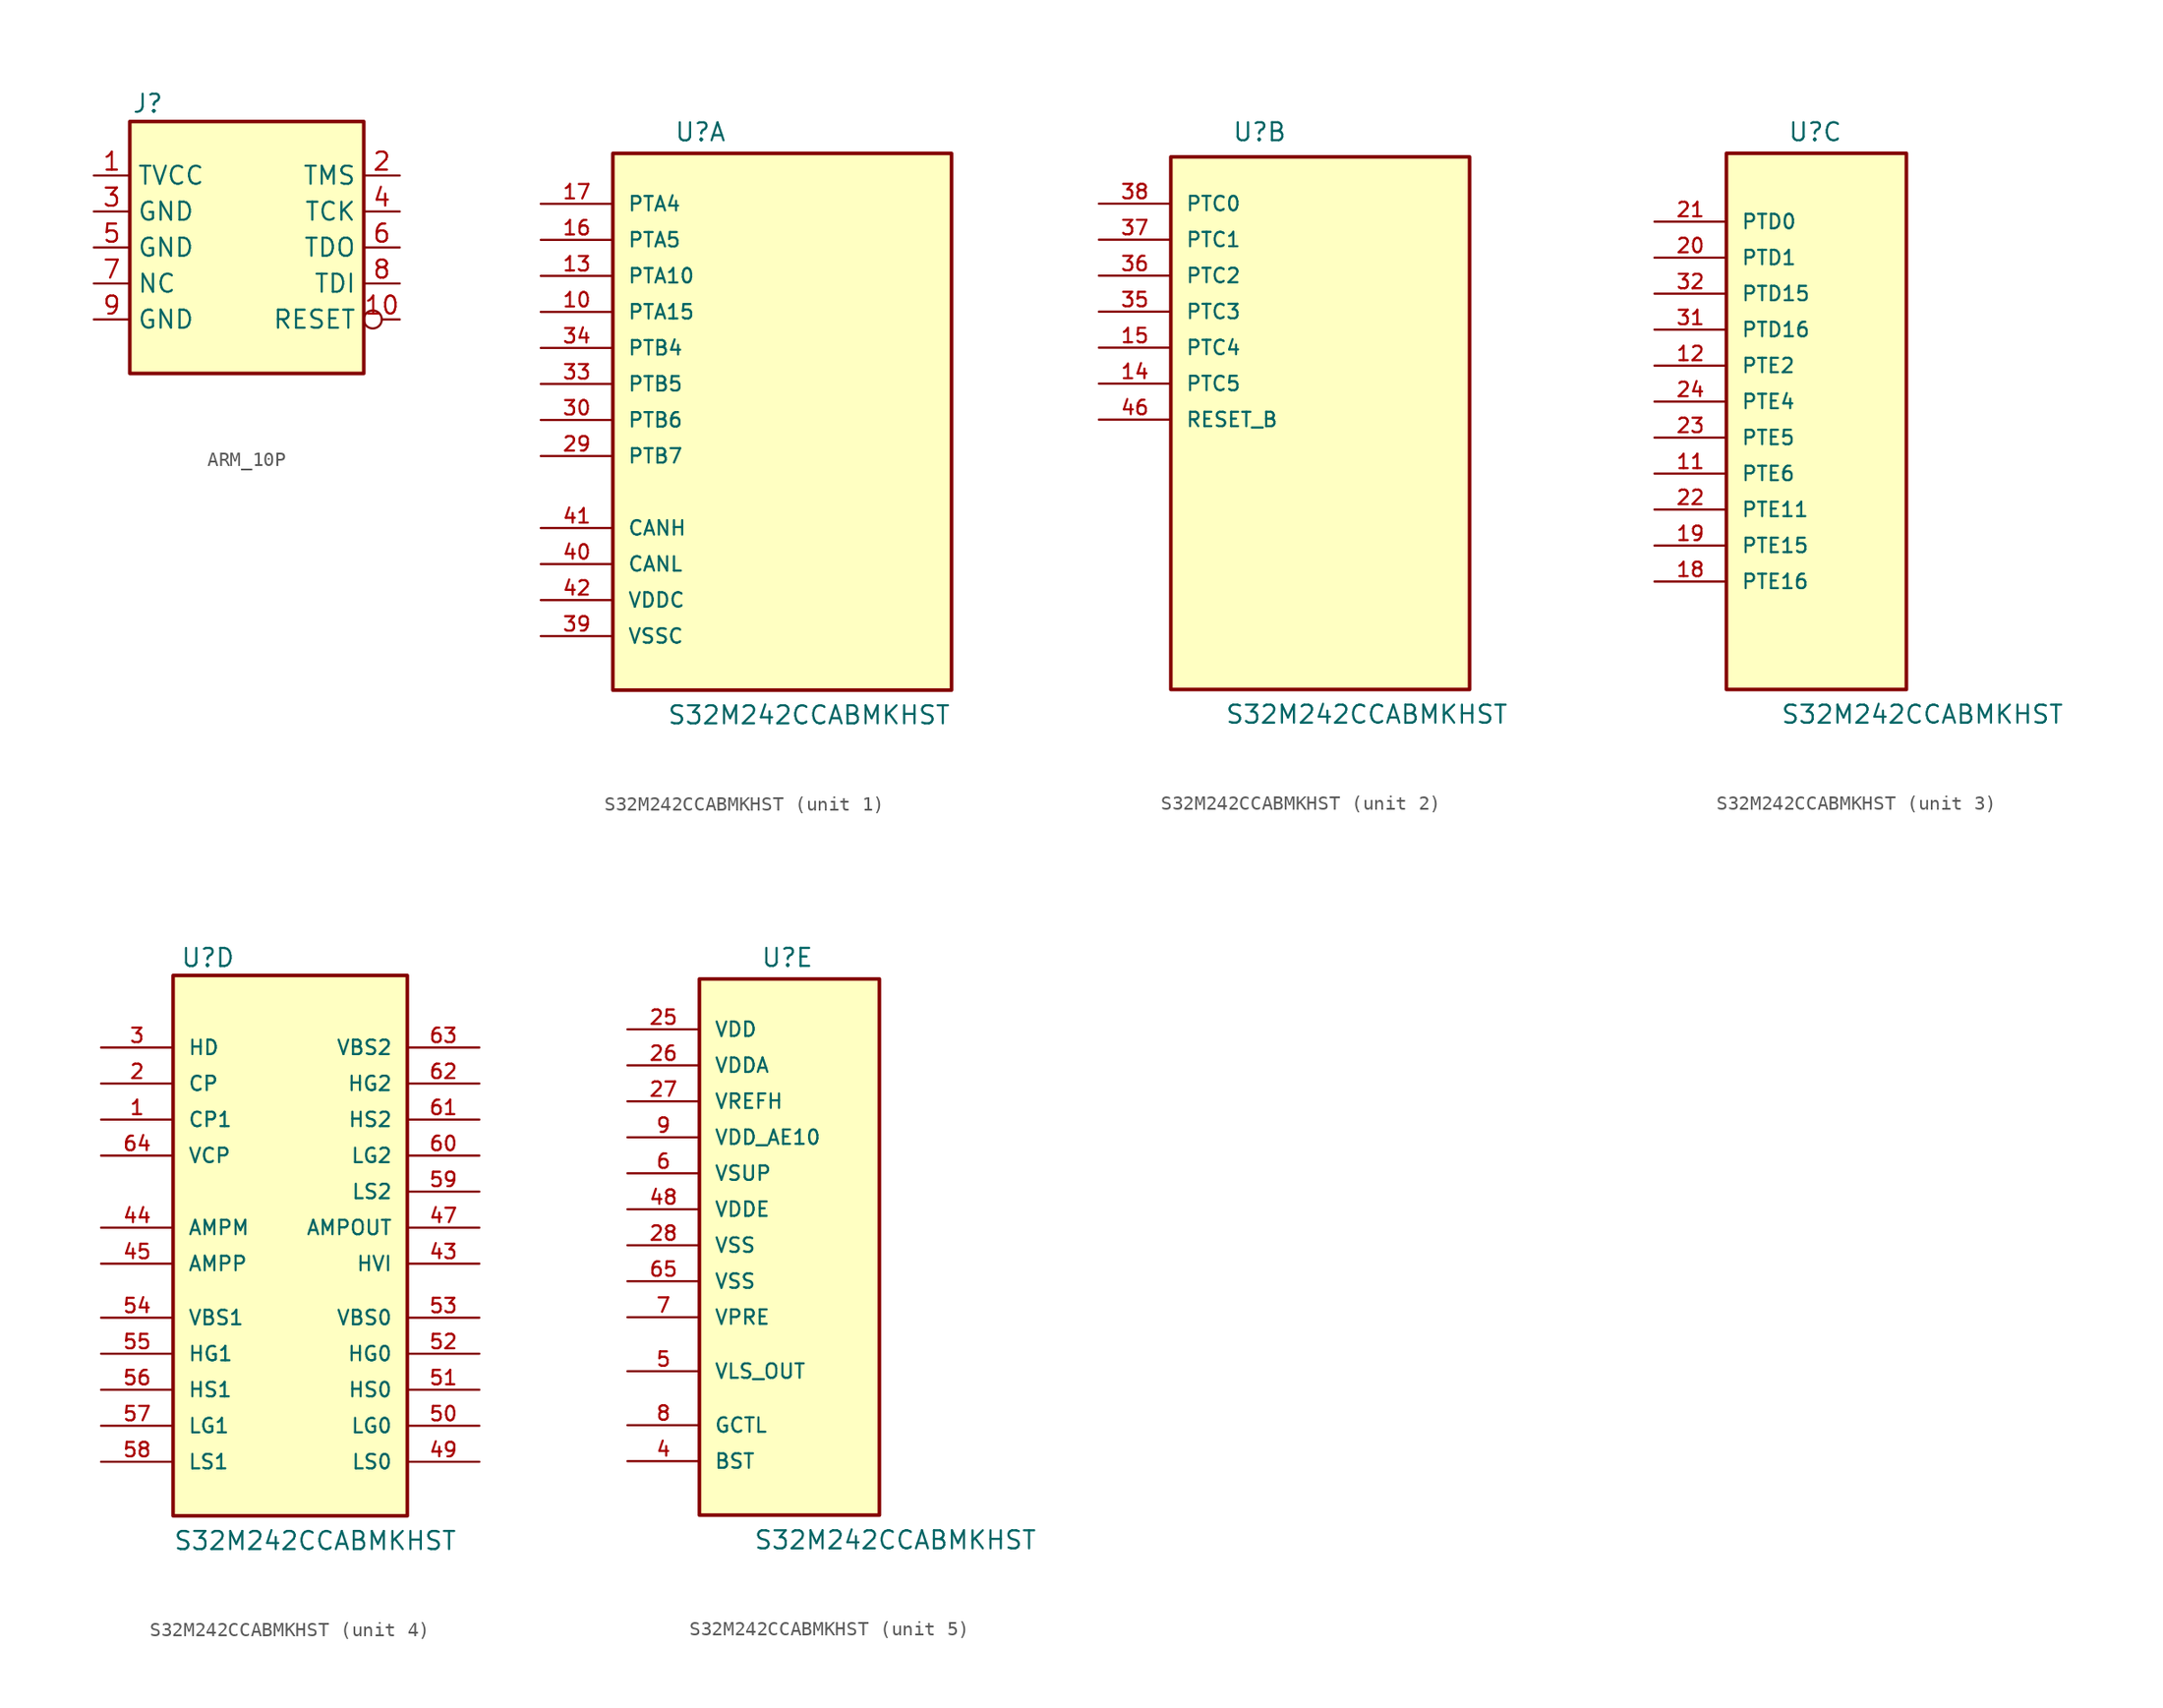
<source format=kicad_sym>
(kicad_symbol_lib
  (version 20231120)
  (generator "kicad_symbol_editor")
  (generator_version "8.0")
  (symbol "ARM_10P"
    (property "Reference" "J"
      (at 1.27 19.05 0)
      (effects (font (size 1.27 1.27))))
    (property "Value" ""
      (at 10.16 -2.54 0)
      (effects (font (size 1.27 1.27))))
    (symbol "ARM_10P_1_0"
      (rectangle (start 0 17.78) (end 16.51 0) (stroke (width 0.254) (type default)) (fill (type background))))
    (symbol "ARM_10P_1_1"
      (pin power_in line (at -2.54 13.97 0) (length 2.54) (name "TVCC" (effects (font (size 1.27 1.27)))) (number "1" (effects (font (size 1.27 1.27)))))
      (pin output inverted (at 19.05 3.81 180) (length 2.54) (name "RESET" (effects (font (size 1.27 1.27)))) (number "10" (effects (font (size 1.27 1.27)))))
      (pin bidirectional line (at 19.05 13.97 180) (length 2.54) (name "TMS" (effects (font (size 1.27 1.27)))) (number "2" (effects (font (size 1.27 1.27)))) (alternate "SWDIO" bidirectional line))
      (pin power_in line (at -2.54 11.43 0) (length 2.54) (name "GND" (effects (font (size 1.27 1.27)))) (number "3" (effects (font (size 1.27 1.27)))))
      (pin output line (at 19.05 11.43 180) (length 2.54) (name "TCK" (effects (font (size 1.27 1.27)))) (number "4" (effects (font (size 1.27 1.27)))) (alternate "SWCLK" output line))
      (pin power_in line (at -2.54 8.89 0) (length 2.54) (name "GND" (effects (font (size 1.27 1.27)))) (number "5" (effects (font (size 1.27 1.27)))))
      (pin input line (at 19.05 8.89 180) (length 2.54) (name "TDO" (effects (font (size 1.27 1.27)))) (number "6" (effects (font (size 1.27 1.27)))) (alternate "SWO" output line))
      (pin passive line (at -2.54 6.35 0) (length 2.54) (name "NC" (effects (font (size 1.27 1.27)))) (number "7" (effects (font (size 1.27 1.27)))) (alternate "DBG" bidirectional line))
      (pin output line (at 19.05 6.35 180) (length 2.54) (name "TDI" (effects (font (size 1.27 1.27)))) (number "8" (effects (font (size 1.27 1.27)))))
      (pin power_in line (at -2.54 3.81 0) (length 2.54) (name "GND" (effects (font (size 1.27 1.27)))) (number "9" (effects (font (size 1.27 1.27)))))))
  (symbol "S32M242CCABMKHST"
    (pin_names
      (offset 1.016))
    (property "Reference" "U"
      (at -8.382 38.608 0)
      (effects (font (size 1.27 1.27)) (justify left bottom)))
    (property "Value" "S32M242CCABMKHST"
      (at -8.89 -1.016 0)
      (effects (font (size 1.27 1.27)) (justify left top)))
    (property "ki_locked" ""
      (at 0 0 0)
      (effects (font (size 1.27 1.27))))
    (symbol "S32M242CCABMKHST_1_0"
      (rectangle (start -12.7 37.846) (end 11.176 0) (stroke (width 0.254) (type default)) (fill (type background)))
      (pin bidirectional line (at -17.78 26.67 0) (length 5.08) (name "PTA15" (effects (font (size 1.016 1.016)))) (number "10" (effects (font (size 1.016 1.016)))) (alternate "ADC1_SE12" input line) (alternate "FTM1_CH2" bidirectional line) (alternate "LPSPI0_PCS3" bidirectional line))
      (pin bidirectional line (at -17.78 29.21 0) (length 5.08) (name "PTA10" (effects (font (size 1.016 1.016)))) (number "13" (effects (font (size 1.016 1.016)))) (alternate "FTM1_CH4" bidirectional line) (alternate "FXIO_D0" bidirectional line) (alternate "JTAG_TDO/TRACE_SWO" output line))
      (pin bidirectional line (at -17.78 31.75 0) (length 5.08) (name "PTA5" (effects (font (size 1.016 1.016)))) (number "16" (effects (font (size 1.016 1.016)))) (alternate "RESET_b" bidirectional line) (alternate "TCLK1" input line))
      (pin bidirectional line (at -17.78 34.29 0) (length 5.08) (name "PTA4" (effects (font (size 1.016 1.016)))) (number "17" (effects (font (size 1.016 1.016)))) (alternate "CMP0_OUT" output line) (alternate "EWM_OUT_b" output line) (alternate "JTAG_TMS/SWD_DIO" bidirectional line))
      (pin bidirectional line (at -17.78 16.51 0) (length 5.08) (name "PTB7" (effects (font (size 1.016 1.016)))) (number "29" (effects (font (size 1.016 1.016)))) (alternate "EXTAL" input line) (alternate "LPI2C0_SCL" bidirectional line))
      (pin bidirectional line (at -17.78 19.05 0) (length 5.08) (name "PTB6" (effects (font (size 1.016 1.016)))) (number "30" (effects (font (size 1.016 1.016)))) (alternate "LPI2C0_SDA" bidirectional line) (alternate "XTAL" output line))
      (pin bidirectional line (at -17.78 21.59 0) (length 5.08) (name "PTB5" (effects (font (size 1.016 1.016)))) (number "33" (effects (font (size 1.016 1.016)))) (alternate "CLKOUT" output line) (alternate "FTM0_CH5" bidirectional line) (alternate "LPSPI0_PCS0" bidirectional line) (alternate "LPSPI0_PCS1" bidirectional line) (alternate "TRGMUX_IN0" input line))
      (pin bidirectional line (at -17.78 24.13 0) (length 5.08) (name "PTB4" (effects (font (size 1.016 1.016)))) (number "34" (effects (font (size 1.016 1.016)))) (alternate "FTM0_CH4" bidirectional line) (alternate "LPSPI0_SOUT" bidirectional line) (alternate "TRGMUX_IN1" input line)))
    (symbol "S32M242CCABMKHST_1_1"
      (pin power_in line (at -17.78 3.81 0) (length 5.08) (name "VSSC" (effects (font (size 1.016 1.016)))) (number "39" (effects (font (size 1.016 1.016)))))
      (pin output line (at -17.78 8.89 0) (length 5.08) (name "CANL" (effects (font (size 1.016 1.016)))) (number "40" (effects (font (size 1.016 1.016)))))
      (pin output line (at -17.78 11.43 0) (length 5.08) (name "CANH" (effects (font (size 1.016 1.016)))) (number "41" (effects (font (size 1.016 1.016)))))
      (pin power_in line (at -17.78 6.35 0) (length 5.08) (name "VDDC" (effects (font (size 1.016 1.016)))) (number "42" (effects (font (size 1.016 1.016))))))
    (symbol "S32M242CCABMKHST_2_0"
      (rectangle (start -12.7 37.592) (end 8.382 0) (stroke (width 0.254) (type default)) (fill (type background)))
      (pin bidirectional line (at -17.78 21.59 0) (length 5.08) (name "PTC5" (effects (font (size 1.016 1.016)))) (number "14" (effects (font (size 1.016 1.016)))) (alternate "FTM2_CH0" bidirectional line) (alternate "FTM2_QD_PHB" input line) (alternate "JTAG_TDI" input line) (alternate "RTC_CLKOUT" output line))
      (pin bidirectional line (at -17.78 24.13 0) (length 5.08) (name "PTC4" (effects (font (size 1.016 1.016)))) (number "15" (effects (font (size 1.016 1.016)))) (alternate "CMP0_IN2" input line) (alternate "EWM_IN" input line) (alternate "FTM1_CH0" bidirectional line) (alternate "FTM1_QD_PHB" input line) (alternate "JTAG_TCLK/SWD_CLK" input line) (alternate "RTC_CLKOUT" output line))
      (pin bidirectional line (at -17.78 26.67 0) (length 5.08) (name "PTC3" (effects (font (size 1.016 1.016)))) (number "35" (effects (font (size 1.016 1.016)))) (alternate "ADC0_SE11" input line) (alternate "CAN0_TX" output line) (alternate "CMP0_IN4" input line) (alternate "FTM0_CH3" bidirectional line) (alternate "LPUART0_TX" output line))
      (pin bidirectional line (at -17.78 29.21 0) (length 5.08) (name "PTC2" (effects (font (size 1.016 1.016)))) (number "36" (effects (font (size 1.016 1.016)))) (alternate "ADC0_SE10" input line) (alternate "CAN0_RX" input line) (alternate "CMP0_IN5" input line) (alternate "FTM0_CH2" bidirectional line) (alternate "LPUART0_RX" input line))
      (pin bidirectional line (at -17.78 31.75 0) (length 5.08) (name "PTC1" (effects (font (size 1.016 1.016)))) (number "37" (effects (font (size 1.016 1.016)))) (alternate "ADC0_SE9" input line) (alternate "FTM0_CH1" bidirectional line) (alternate "FTM1_CH7" bidirectional line))
      (pin bidirectional line (at -17.78 34.29 0) (length 5.08) (name "PTC0" (effects (font (size 1.016 1.016)))) (number "38" (effects (font (size 1.016 1.016)))) (alternate "ADC0_SE8" input line) (alternate "FTM0_CH0" bidirectional line) (alternate "FTM1_CH6" bidirectional line))
      (pin bidirectional line (at -17.78 19.05 0) (length 5.08) (name "RESET_B" (effects (font (size 1.016 1.016)))) (number "46" (effects (font (size 1.016 1.016))))))
    (symbol "S32M242CCABMKHST_3_0"
      (rectangle (start -12.7 37.846) (end 0 0) (stroke (width 0.254) (type default)) (fill (type background)))
      (pin bidirectional line (at -17.78 15.24 0) (length 5.08) (name "PTE6" (effects (font (size 1.016 1.016)))) (number "11" (effects (font (size 1.016 1.016)))) (alternate "ADC1_SE11" input line) (alternate "FTM3_CH7" bidirectional line) (alternate "LPSPI0_PCS2" bidirectional line) (alternate "LPUART1_RTS" output line))
      (pin bidirectional line (at -17.78 22.86 0) (length 5.08) (name "PTE2" (effects (font (size 1.016 1.016)))) (number "12" (effects (font (size 1.016 1.016)))) (alternate "ADC1_SE10" input line) (alternate "FTM3_CH6" bidirectional line) (alternate "LPSPI0_SOUT" bidirectional line) (alternate "LPTMR0_ALT3" input line) (alternate "LPUART1_CTS" input line))
      (pin bidirectional line (at -17.78 7.62 0) (length 5.08) (name "PTE16" (effects (font (size 1.016 1.016)))) (number "18" (effects (font (size 1.016 1.016)))) (alternate "FTM2_CH7" bidirectional line) (alternate "FXIO_D3" bidirectional line) (alternate "LPUART1_RTS" output line) (alternate "TRGMUX_OUT7" output line))
      (pin bidirectional line (at -17.78 10.16 0) (length 5.08) (name "PTE15" (effects (font (size 1.016 1.016)))) (number "19" (effects (font (size 1.016 1.016)))) (alternate "FTM2_CH6" bidirectional line) (alternate "FXIO_D2" bidirectional line) (alternate "LPUART1_CTS" input line) (alternate "TRGMUX_OUT6" output line))
      (pin bidirectional line (at -17.78 30.48 0) (length 5.08) (name "PTD1" (effects (font (size 1.016 1.016)))) (number "20" (effects (font (size 1.016 1.016)))) (alternate "FTM0_CH3" bidirectional line) (alternate "FTM2_CH1" bidirectional line) (alternate "FXIO_D1" bidirectional line) (alternate "LPSPI1_SIN" bidirectional line) (alternate "TRGMUX_OUT2" output line))
      (pin bidirectional line (at -17.78 33.02 0) (length 5.08) (name "PTD0" (effects (font (size 1.016 1.016)))) (number "21" (effects (font (size 1.016 1.016)))) (alternate "FTM0_CH2" bidirectional line) (alternate "FTM2_CH0" bidirectional line) (alternate "FXIO_D0" bidirectional line) (alternate "LPSPI1_SCK" bidirectional line) (alternate "TRGMUX_OUT1" output line))
      (pin bidirectional line (at -17.78 12.7 0) (length 5.08) (name "PTE11" (effects (font (size 1.016 1.016)))) (number "22" (effects (font (size 1.016 1.016)))) (alternate "FTM2_CH5" bidirectional line) (alternate "FXIO_D5" bidirectional line) (alternate "LPTMR0_ALT1" input line) (alternate "TRGMUX_OUT5" output line))
      (pin bidirectional line (at -17.78 17.78 0) (length 5.08) (name "PTE5" (effects (font (size 1.016 1.016)))) (number "23" (effects (font (size 1.016 1.016)))) (alternate "CAN0_TX" output line) (alternate "EWM_IN" input line) (alternate "FTM2_CH3" bidirectional line) (alternate "FTM2_QD_PHA" input line) (alternate "FXIO_D7" bidirectional line) (alternate "TCLK2" input line))
      (pin bidirectional line (at -17.78 20.32 0) (length 5.08) (name "PTE4" (effects (font (size 1.016 1.016)))) (number "24" (effects (font (size 1.016 1.016)))) (alternate "CAN0_RX" input line) (alternate "EWM_OUT_b" output line) (alternate "FTM2_CH2" bidirectional line) (alternate "FTM2_QD_PHB" input line) (alternate "FXIO_D6" bidirectional line))
      (pin bidirectional line (at -17.78 25.4 0) (length 5.08) (name "PTD16" (effects (font (size 1.016 1.016)))) (number "31" (effects (font (size 1.016 1.016)))) (alternate "CMP0_RRT" output line) (alternate "FTM0_CH1" bidirectional line) (alternate "LPSPI0_SIN" bidirectional line))
      (pin bidirectional line (at -17.78 27.94 0) (length 5.08) (name "PTD15" (effects (font (size 1.016 1.016)))) (number "32" (effects (font (size 1.016 1.016)))) (alternate "FTM0_CH0" bidirectional line) (alternate "LPSPI0_SCK" bidirectional line)))
    (symbol "S32M242CCABMKHST_4_0"
      (rectangle (start -8.89 38.1) (end 7.62 0) (stroke (width 0.254) (type default)) (fill (type background)))
      (pin bidirectional line (at -13.97 27.94 0) (length 5.08) (name "CP1" (effects (font (size 1.016 1.016)))) (number "1" (effects (font (size 1.016 1.016)))))
      (pin bidirectional line (at -13.97 30.48 0) (length 5.08) (name "CP" (effects (font (size 1.016 1.016)))) (number "2" (effects (font (size 1.016 1.016)))))
      (pin bidirectional line (at -13.97 33.02 0) (length 5.08) (name "HD" (effects (font (size 1.016 1.016)))) (number "3" (effects (font (size 1.016 1.016)))))
      (pin bidirectional line (at -13.97 20.32 0) (length 5.08) (name "AMPM" (effects (font (size 1.016 1.016)))) (number "44" (effects (font (size 1.016 1.016)))))
      (pin bidirectional line (at -13.97 17.78 0) (length 5.08) (name "AMPP" (effects (font (size 1.016 1.016)))) (number "45" (effects (font (size 1.016 1.016)))))
      (pin bidirectional line (at 12.7 20.32 180) (length 5.08) (name "AMPOUT" (effects (font (size 1.016 1.016)))) (number "47" (effects (font (size 1.016 1.016)))))
      (pin bidirectional line (at 12.7 3.81 180) (length 5.08) (name "LS0" (effects (font (size 1.016 1.016)))) (number "49" (effects (font (size 1.016 1.016)))))
      (pin bidirectional line (at 12.7 6.35 180) (length 5.08) (name "LG0" (effects (font (size 1.016 1.016)))) (number "50" (effects (font (size 1.016 1.016)))))
      (pin bidirectional line (at 12.7 8.89 180) (length 5.08) (name "HS0" (effects (font (size 1.016 1.016)))) (number "51" (effects (font (size 1.016 1.016)))))
      (pin bidirectional line (at 12.7 11.43 180) (length 5.08) (name "HG0" (effects (font (size 1.016 1.016)))) (number "52" (effects (font (size 1.016 1.016)))))
      (pin bidirectional line (at 12.7 13.97 180) (length 5.08) (name "VBS0" (effects (font (size 1.016 1.016)))) (number "53" (effects (font (size 1.016 1.016)))))
      (pin bidirectional line (at -13.97 13.97 0) (length 5.08) (name "VBS1" (effects (font (size 1.016 1.016)))) (number "54" (effects (font (size 1.016 1.016)))))
      (pin bidirectional line (at -13.97 11.43 0) (length 5.08) (name "HG1" (effects (font (size 1.016 1.016)))) (number "55" (effects (font (size 1.016 1.016)))))
      (pin bidirectional line (at -13.97 8.89 0) (length 5.08) (name "HS1" (effects (font (size 1.016 1.016)))) (number "56" (effects (font (size 1.016 1.016)))))
      (pin bidirectional line (at -13.97 6.35 0) (length 5.08) (name "LG1" (effects (font (size 1.016 1.016)))) (number "57" (effects (font (size 1.016 1.016)))))
      (pin bidirectional line (at -13.97 3.81 0) (length 5.08) (name "LS1" (effects (font (size 1.016 1.016)))) (number "58" (effects (font (size 1.016 1.016)))))
      (pin bidirectional line (at 12.7 22.86 180) (length 5.08) (name "LS2" (effects (font (size 1.016 1.016)))) (number "59" (effects (font (size 1.016 1.016)))))
      (pin bidirectional line (at 12.7 25.4 180) (length 5.08) (name "LG2" (effects (font (size 1.016 1.016)))) (number "60" (effects (font (size 1.016 1.016)))))
      (pin bidirectional line (at 12.7 27.94 180) (length 5.08) (name "HS2" (effects (font (size 1.016 1.016)))) (number "61" (effects (font (size 1.016 1.016)))))
      (pin bidirectional line (at 12.7 30.48 180) (length 5.08) (name "HG2" (effects (font (size 1.016 1.016)))) (number "62" (effects (font (size 1.016 1.016)))))
      (pin bidirectional line (at 12.7 33.02 180) (length 5.08) (name "VBS2" (effects (font (size 1.016 1.016)))) (number "63" (effects (font (size 1.016 1.016)))))
      (pin bidirectional line (at -13.97 25.4 0) (length 5.08) (name "VCP" (effects (font (size 1.016 1.016)))) (number "64" (effects (font (size 1.016 1.016))))))
    (symbol "S32M242CCABMKHST_4_1"
      (pin bidirectional line (at 12.7 17.78 180) (length 5.08) (name "HVI" (effects (font (size 1.016 1.016)))) (number "43" (effects (font (size 1.016 1.016))))))
    (symbol "S32M242CCABMKHST_5_0"
      (rectangle (start -12.7 37.846) (end 0 0) (stroke (width 0.254) (type default)) (fill (type background)))
      (pin power_in line (at -17.78 34.29 0) (length 5.08) (name "VDD" (effects (font (size 1.016 1.016)))) (number "25" (effects (font (size 1.016 1.016)))))
      (pin power_in line (at -17.78 31.75 0) (length 5.08) (name "VDDA" (effects (font (size 1.016 1.016)))) (number "26" (effects (font (size 1.016 1.016)))))
      (pin power_in line (at -17.78 29.21 0) (length 5.08) (name "VREFH" (effects (font (size 1.016 1.016)))) (number "27" (effects (font (size 1.016 1.016)))))
      (pin power_in line (at -17.78 19.05 0) (length 5.08) (name "VSS" (effects (font (size 1.016 1.016)))) (number "28" (effects (font (size 1.016 1.016)))))
      (pin power_in line (at -17.78 24.13 0) (length 5.08) (name "VSUP" (effects (font (size 1.016 1.016)))) (number "6" (effects (font (size 1.016 1.016)))))
      (pin power_in line (at -17.78 16.51 0) (length 5.08) (name "VSS" (effects (font (size 1.016 1.016)))) (number "65" (effects (font (size 1.016 1.016)))))
      (pin power_in line (at -17.78 13.97 0) (length 5.08) (name "VPRE" (effects (font (size 1.016 1.016)))) (number "7" (effects (font (size 1.016 1.016)))))
      (pin power_in line (at -17.78 26.67 0) (length 5.08) (name "VDD_AE10" (effects (font (size 1.016 1.016)))) (number "9" (effects (font (size 1.016 1.016))))))
    (symbol "S32M242CCABMKHST_5_1"
      (pin bidirectional line (at -17.78 3.81 0) (length 5.08) (name "BST" (effects (font (size 1.016 1.016)))) (number "4" (effects (font (size 1.016 1.016)))))
      (pin power_in line (at -17.78 21.59 0) (length 5.08) (name "VDDE" (effects (font (size 1.016 1.016)))) (number "48" (effects (font (size 1.016 1.016)))))
      (pin power_out line (at -17.78 10.16 0) (length 5.08) (name "VLS_OUT" (effects (font (size 1.016 1.016)))) (number "5" (effects (font (size 1.016 1.016)))))
      (pin bidirectional line (at -17.78 6.35 0) (length 5.08) (name "GCTL" (effects (font (size 1.016 1.016)))) (number "8" (effects (font (size 1.016 1.016))))))))
</source>
